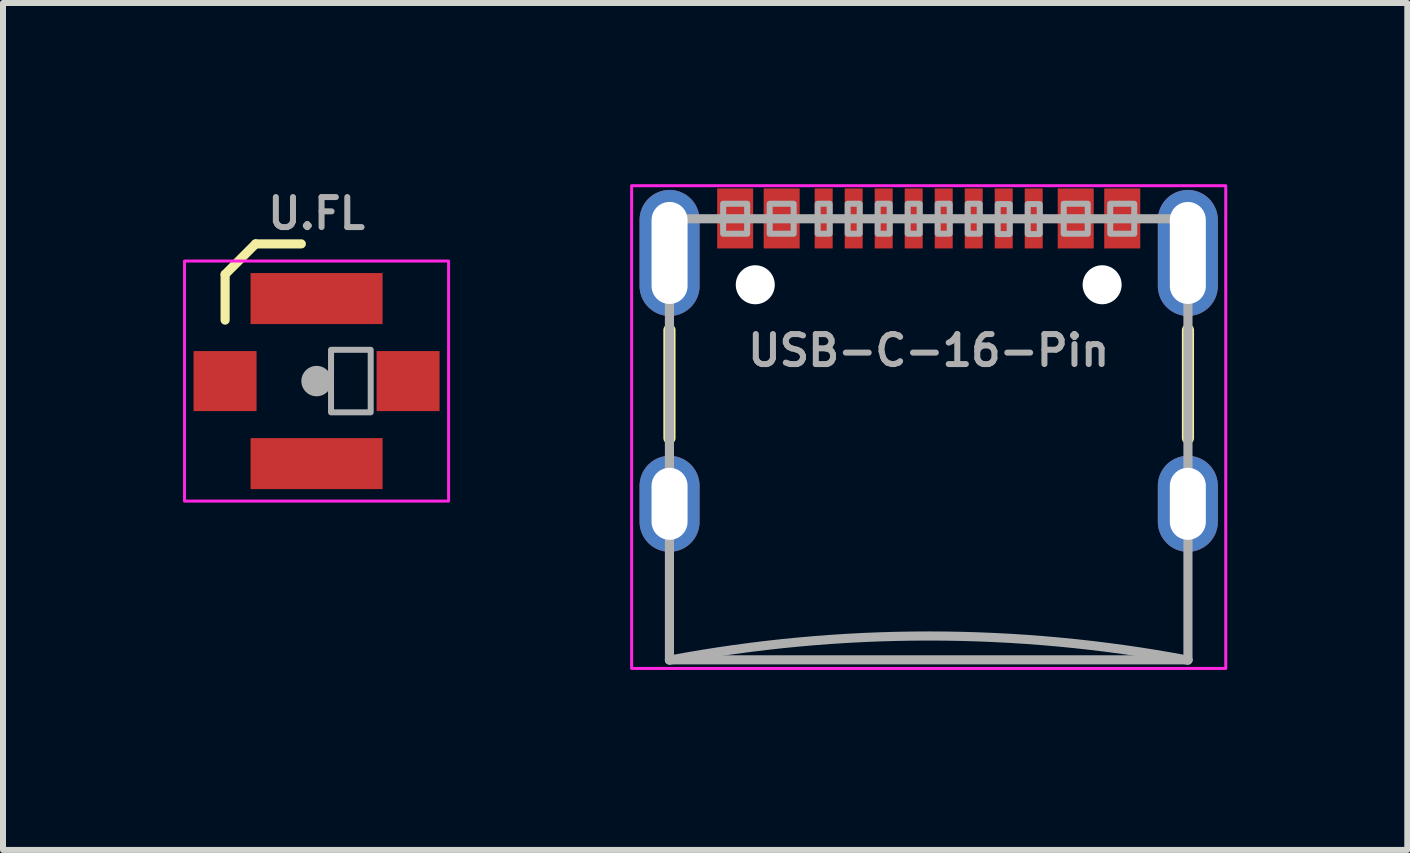
<source format=kicad_pcb>
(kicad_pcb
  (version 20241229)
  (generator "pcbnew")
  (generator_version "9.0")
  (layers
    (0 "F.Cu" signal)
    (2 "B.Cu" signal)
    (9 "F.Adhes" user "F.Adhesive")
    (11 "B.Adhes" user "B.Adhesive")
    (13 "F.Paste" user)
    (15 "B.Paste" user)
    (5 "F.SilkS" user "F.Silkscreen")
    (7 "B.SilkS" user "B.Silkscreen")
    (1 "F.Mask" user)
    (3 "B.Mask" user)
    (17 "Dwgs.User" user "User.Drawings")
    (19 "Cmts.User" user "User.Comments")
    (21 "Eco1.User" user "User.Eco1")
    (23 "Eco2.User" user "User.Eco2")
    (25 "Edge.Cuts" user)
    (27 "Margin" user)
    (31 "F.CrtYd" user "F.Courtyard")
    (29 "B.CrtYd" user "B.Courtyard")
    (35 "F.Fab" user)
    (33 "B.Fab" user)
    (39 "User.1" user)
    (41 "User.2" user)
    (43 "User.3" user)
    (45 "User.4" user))
  (footprint "U.FL"
    (layer "F.Cu")
    (at 2.225 3.3)
    (property "Reference" "U.FL" (at 0 -2.5 0) (layer "F.Fab") (effects (font (size 0.5 0.5) (thickness 0.1) (bold yes)) (justify bottom)))
    (attr smd)
    (fp_line (start -1.524 -1.778) (end -1.016 -2.286) (stroke (width 0.152) (type solid)) (layer "F.SilkS"))
    (fp_line (start -1.524 -1.016) (end -1.524 -1.778) (stroke (width 0.152) (type solid)) (layer "F.SilkS"))
    (fp_line (start -1.016 -2.286) (end -0.254 -2.286) (stroke (width 0.152) (type solid)) (layer "F.SilkS"))
    (fp_rect (start 2.2 -2) (end -2.2 2) (stroke (width 0.05) (type default)) (fill no) (layer "F.CrtYd"))
    (fp_circle (center 0 0) (end 0.127 0) (stroke (width 0.254) (type solid)) (fill no) (layer "F.Fab"))
    (fp_poly (pts (xy 0.902 0.521) (xy 0.241 0.521) (xy 0.241 -0.521) (xy 0.902 -0.521)) (stroke (width 0.1) (type default)) (fill no) (layer "F.Fab"))
    (pad "1" smd rect (at 1.525 0) (size 1.05 1) (layers "F.Cu" "F.Mask" "F.Paste"))
    (pad "2" smd rect (at 0 -1.375) (size 2.2 0.85) (layers "F.Cu" "F.Mask" "F.Paste"))
    (pad "2" smd rect (at 0 1.375) (size 2.2 0.85) (layers "F.Cu" "F.Mask" "F.Paste"))
    (pad "NC" smd rect (at -1.525 0) (size 1.05 1) (layers "F.Cu" "F.Mask" "F.Paste"))
    (zone (net_name "") (layer "F.Cu") (hatch edge 0.5) (connect_pads) (min_thickness 0.25) (filled_areas_thickness no) (keepout (tracks not_allowed) (vias not_allowed) (pads not_allowed) (copperpour not_allowed) (footprints allowed)) (placement (enabled no)) (fill) (polygon (pts (xy 1.425 4.1) (xy 3.025 4.1) (xy 3.025 2.5) (xy 1.425 2.5)))))
  (footprint "USB-C-16-Pin"
    (layer "F.Cu")
    (at 12.425 0.25)
    (property "Reference" "USB-C-16-Pin" (at 0 2.54 0) (layer "F.Fab") (effects (font (size 0.5 0.5) (thickness 0.1) (bold yes))))
    (fp_line (start -4.32 2.2) (end -4.32 4) (stroke (width 0.203) (type solid)) (layer "F.SilkS"))
    (fp_line (start 4.32 2.2) (end 4.32 4) (stroke (width 0.203) (type solid)) (layer "F.SilkS"))
    (fp_rect (start -4.95 -0.206) (end 4.95 7.838) (stroke (width 0.05) (type default)) (fill no) (layer "F.CrtYd"))
    (fp_line (start -4.32 0.345) (end -4.32 1.965) (stroke (width 0.01) (type solid)) (layer "F.Fab"))
    (fp_line (start -4.32 0.345) (end 4.32 0.345) (stroke (width 0.152) (type solid)) (layer "F.Fab"))
    (fp_line (start -4.32 4.295) (end -4.32 5.895) (stroke (width 0.01) (type solid)) (layer "F.Fab"))
    (fp_line (start -4.32 7.695) (end -4.32 0.345) (stroke (width 0.152) (type solid)) (layer "F.Fab"))
    (fp_line (start -4.32 7.695) (end 4.32 7.695) (stroke (width 0.152) (type solid)) (layer "F.Fab"))
    (fp_line (start 4.32 0.345) (end 4.32 1.965) (stroke (width 0.01) (type solid)) (layer "F.Fab"))
    (fp_line (start 4.32 0.345) (end 4.32 7.695) (stroke (width 0.152) (type solid)) (layer "F.Fab"))
    (fp_line (start 4.32 4.295) (end 4.32 5.895) (stroke (width 0.01) (type solid)) (layer "F.Fab"))
    (fp_arc (start -4.32 7.7) (mid 0 7.297675) (end 4.32 7.7) (stroke (width 0.1524) (type solid)) (layer "F.Fab"))
    (fp_poly (pts (xy -3.425 0.595) (xy -3.025 0.595) (xy -3.025 0.095) (xy -3.425 0.095)) (stroke (width 0.1) (type default)) (fill no) (layer "F.Fab"))
    (fp_poly (pts (xy -2.65 0.595) (xy -2.25 0.595) (xy -2.25 0.095) (xy -2.65 0.095)) (stroke (width 0.1) (type default)) (fill no) (layer "F.Fab"))
    (fp_poly (pts (xy -1.85 0.595) (xy -1.65 0.595) (xy -1.65 0.095) (xy -1.85 0.095)) (stroke (width 0.1) (type default)) (fill no) (layer "F.Fab"))
    (fp_poly (pts (xy -1.35 0.595) (xy -1.15 0.595) (xy -1.15 0.095) (xy -1.35 0.095)) (stroke (width 0.1) (type default)) (fill no) (layer "F.Fab"))
    (fp_poly (pts (xy -0.85 0.595) (xy -0.65 0.595) (xy -0.65 0.095) (xy -0.85 0.095)) (stroke (width 0.1) (type default)) (fill no) (layer "F.Fab"))
    (fp_poly (pts (xy -0.35 0.595) (xy -0.15 0.595) (xy -0.15 0.095) (xy -0.35 0.095)) (stroke (width 0.1) (type default)) (fill no) (layer "F.Fab"))
    (fp_poly (pts (xy 0.15 0.595) (xy 0.35 0.595) (xy 0.35 0.095) (xy 0.15 0.095)) (stroke (width 0.1) (type default)) (fill no) (layer "F.Fab"))
    (fp_poly (pts (xy 0.65 0.595) (xy 0.85 0.595) (xy 0.85 0.095) (xy 0.65 0.095)) (stroke (width 0.1) (type default)) (fill no) (layer "F.Fab"))
    (fp_poly (pts (xy 1.15 0.6) (xy 1.35 0.6) (xy 1.35 0.1) (xy 1.15 0.1)) (stroke (width 0.1) (type default)) (fill no) (layer "F.Fab"))
    (fp_poly (pts (xy 1.65 0.6) (xy 1.85 0.6) (xy 1.85 0.1) (xy 1.65 0.1)) (stroke (width 0.1) (type default)) (fill no) (layer "F.Fab"))
    (fp_poly (pts (xy 2.25 0.595) (xy 2.65 0.595) (xy 2.65 0.095) (xy 2.25 0.095)) (stroke (width 0.1) (type default)) (fill no) (layer "F.Fab"))
    (fp_poly (pts (xy 3.025 0.595) (xy 3.425 0.595) (xy 3.425 0.095) (xy 3.025 0.095)) (stroke (width 0.1) (type default)) (fill no) (layer "F.Fab"))
    (pad "" np_thru_hole circle (at -2.89 1.445) (size 0.65 0.65) (drill 0.65) (layers "*.Cu" "*.Mask"))
    (pad "" np_thru_hole circle (at 2.89 1.445) (size 0.65 0.65) (drill 0.65) (layers "*.Cu" "*.Mask"))
    (pad "A5" smd rect (at -1.25 0.34 180) (size 0.3 1) (layers "F.Cu" "F.Mask" "F.Paste"))
    (pad "A6" smd rect (at -0.25 0.34 180) (size 0.3 1) (layers "F.Cu" "F.Mask" "F.Paste"))
    (pad "A7" smd rect (at 0.25 0.34) (size 0.3 1) (layers "F.Cu" "F.Mask" "F.Paste"))
    (pad "A8" smd rect (at 1.25 0.34) (size 0.3 1) (layers "F.Cu" "F.Mask" "F.Paste"))
    (pad "B5" smd rect (at 1.75 0.34) (size 0.3 1) (layers "F.Cu" "F.Mask" "F.Paste"))
    (pad "B6" smd rect (at 0.75 0.34) (size 0.3 1) (layers "F.Cu" "F.Mask" "F.Paste"))
    (pad "B7" smd rect (at -0.75 0.34 180) (size 0.3 1) (layers "F.Cu" "F.Mask" "F.Paste"))
    (pad "B8" smd rect (at -1.75 0.34 180) (size 0.3 1) (layers "F.Cu" "F.Mask" "F.Paste"))
    (pad "GND" smd rect (at -3.225 0.34 180) (size 0.6 1) (layers "F.Cu" "F.Mask" "F.Paste"))
    (pad "GND" smd rect (at 3.225 0.34) (size 0.6 1) (layers "F.Cu" "F.Mask" "F.Paste"))
    (pad "NC1" thru_hole oval (at -4.318 5.095) (size 1 1.6) (drill oval 0.6 1.2) (layers "*.Cu" "*.Mask" "F.Paste"))
    (pad "NC2" thru_hole oval (at -4.318 0.915) (size 1 2.1) (drill oval 0.6 1.7) (layers "*.Cu" "*.Mask" "F.Paste"))
    (pad "NC3" thru_hole oval (at 4.318 0.915) (size 1 2.1) (drill oval 0.6 1.7) (layers "*.Cu" "*.Mask" "F.Paste"))
    (pad "S" thru_hole oval (at 4.318 5.095) (size 1 1.6) (drill oval 0.6 1.2) (layers "*.Cu" "*.Mask" "F.Paste"))
    (pad "VBUS" smd rect (at -2.45 0.34 180) (size 0.6 1) (layers "F.Cu" "F.Mask" "F.Paste"))
    (pad "VBUS" smd rect (at 2.45 0.34) (size 0.6 1) (layers "F.Cu" "F.Mask" "F.Paste")))
  (gr_rect
    (start -3 -3)
    (end 20.4 11.113)
    (stroke (width 0.1) (type default))
    (fill no)
    (layer "Edge.Cuts")))
</source>
